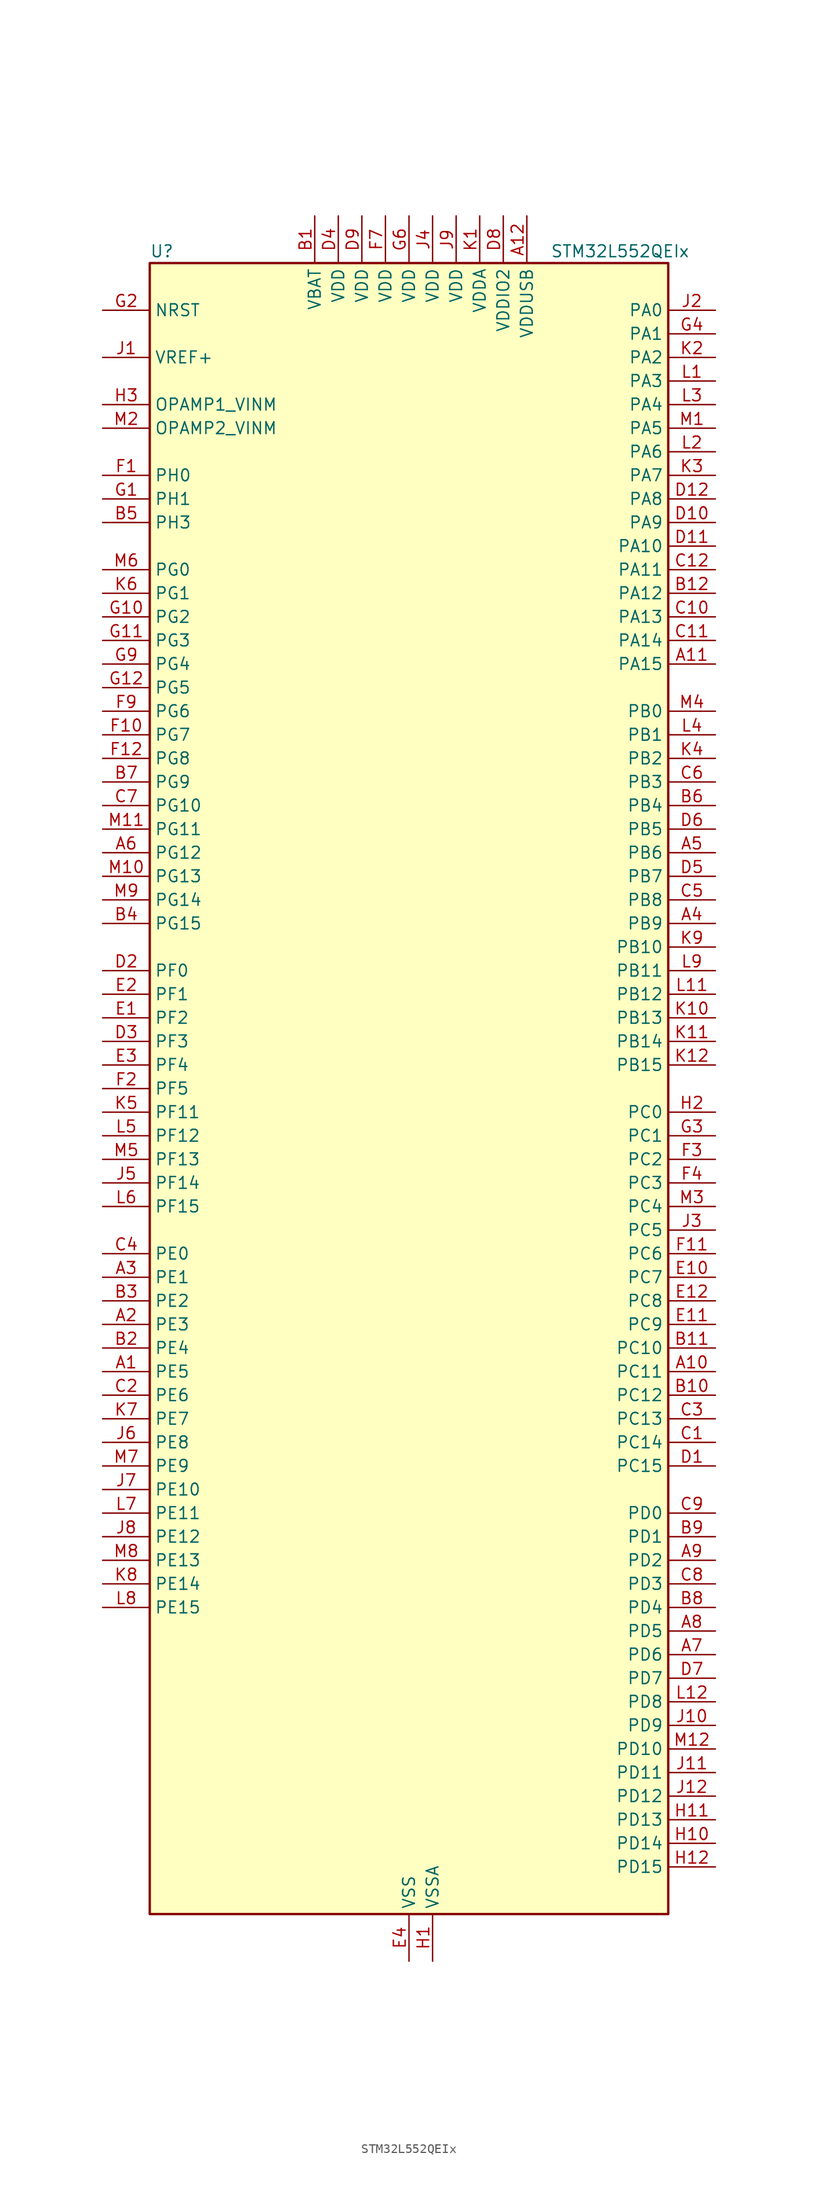
<source format=kicad_sym>
(kicad_symbol_lib
  (version 20241209)
  (generator "kicad_symbol_editor")
  (generator_version "9.0")
  (symbol "STM32L552QEIx"
    (property "Reference" "U"
      (at -27.94 90.17 0)
      (effects (font (size 1.27 1.27)) (justify left)))
    (property "Value" "STM32L552QEIx"
      (at 15.24 90.17 0)
      (effects (font (size 1.27 1.27)) (justify left)))
    (symbol "STM32L552QEIx_0_1"
      (rectangle (start -27.94 -88.9) (end 27.94 88.9) (stroke (width 0.254) (type default)) (fill (type background))))
    (symbol "STM32L552QEIx_1_1"
      (pin input line (at -33.02 83.82 0) (length 5.08) (name "NRST" (effects (font (size 1.27 1.27)))) (number "G2" (effects (font (size 1.27 1.27)))))
      (pin input line (at -33.02 78.74 0) (length 5.08) (name "VREF+" (effects (font (size 1.27 1.27)))) (number "J1" (effects (font (size 1.27 1.27)))) (alternate "VREFBUF_OUT" bidirectional line))
      (pin bidirectional line (at -33.02 73.66 0) (length 5.08) (name "OPAMP1_VINM" (effects (font (size 1.27 1.27)))) (number "H3" (effects (font (size 1.27 1.27)))) (alternate "OPAMP1_VINM" bidirectional line))
      (pin bidirectional line (at -33.02 71.12 0) (length 5.08) (name "OPAMP2_VINM" (effects (font (size 1.27 1.27)))) (number "M2" (effects (font (size 1.27 1.27)))) (alternate "OPAMP2_VINM" bidirectional line))
      (pin bidirectional line (at -33.02 66.04 0) (length 5.08) (name "PH0" (effects (font (size 1.27 1.27)))) (number "F1" (effects (font (size 1.27 1.27)))) (alternate "RCC_OSC_IN" bidirectional line))
      (pin bidirectional line (at -33.02 63.5 0) (length 5.08) (name "PH1" (effects (font (size 1.27 1.27)))) (number "G1" (effects (font (size 1.27 1.27)))) (alternate "RCC_OSC_OUT" bidirectional line))
      (pin bidirectional line (at -33.02 60.96 0) (length 5.08) (name "PH3" (effects (font (size 1.27 1.27)))) (number "B5" (effects (font (size 1.27 1.27)))))
      (pin bidirectional line (at -33.02 55.88 0) (length 5.08) (name "PG0" (effects (font (size 1.27 1.27)))) (number "M6" (effects (font (size 1.27 1.27)))) (alternate "FMC_A10" bidirectional line) (alternate "TSC_G8_IO3" bidirectional line))
      (pin bidirectional line (at -33.02 53.34 0) (length 5.08) (name "PG1" (effects (font (size 1.27 1.27)))) (number "K6" (effects (font (size 1.27 1.27)))) (alternate "FMC_A11" bidirectional line) (alternate "TSC_G8_IO4" bidirectional line))
      (pin bidirectional line (at -33.02 50.8 0) (length 5.08) (name "PG2" (effects (font (size 1.27 1.27)))) (number "G10" (effects (font (size 1.27 1.27)))) (alternate "FMC_A12" bidirectional line) (alternate "SAI2_SCK_B" bidirectional line) (alternate "SPI1_SCK" bidirectional line))
      (pin bidirectional line (at -33.02 48.26 0) (length 5.08) (name "PG3" (effects (font (size 1.27 1.27)))) (number "G11" (effects (font (size 1.27 1.27)))) (alternate "FMC_A13" bidirectional line) (alternate "SAI2_FS_B" bidirectional line) (alternate "SPI1_MISO" bidirectional line))
      (pin bidirectional line (at -33.02 45.72 0) (length 5.08) (name "PG4" (effects (font (size 1.27 1.27)))) (number "G9" (effects (font (size 1.27 1.27)))) (alternate "FMC_A14" bidirectional line) (alternate "SAI2_MCLK_B" bidirectional line) (alternate "SPI1_MOSI" bidirectional line))
      (pin bidirectional line (at -33.02 43.18 0) (length 5.08) (name "PG5" (effects (font (size 1.27 1.27)))) (number "G12" (effects (font (size 1.27 1.27)))) (alternate "FMC_A15" bidirectional line) (alternate "LPUART1_CTS" bidirectional line) (alternate "SAI2_SD_B" bidirectional line) (alternate "SPI1_NSS" bidirectional line))
      (pin bidirectional line (at -33.02 40.64 0) (length 5.08) (name "PG6" (effects (font (size 1.27 1.27)))) (number "F9" (effects (font (size 1.27 1.27)))) (alternate "I2C3_SMBA" bidirectional line) (alternate "LPUART1_DE" bidirectional line) (alternate "LPUART1_RTS" bidirectional line) (alternate "OCTOSPI1_DQS" bidirectional line) (alternate "UCPD1_FRSTX1" bidirectional line))
      (pin bidirectional line (at -33.02 38.1 0) (length 5.08) (name "PG7" (effects (font (size 1.27 1.27)))) (number "F10" (effects (font (size 1.27 1.27)))) (alternate "DFSDM1_CKOUT" bidirectional line) (alternate "FMC_INT" bidirectional line) (alternate "I2C3_SCL" bidirectional line) (alternate "LPUART1_TX" bidirectional line) (alternate "SAI1_CK1" bidirectional line) (alternate "SAI1_MCLK_A" bidirectional line) (alternate "UCPD1_FRSTX2" bidirectional line))
      (pin bidirectional line (at -33.02 35.56 0) (length 5.08) (name "PG8" (effects (font (size 1.27 1.27)))) (number "F12" (effects (font (size 1.27 1.27)))) (alternate "I2C3_SDA" bidirectional line) (alternate "LPUART1_RX" bidirectional line))
      (pin bidirectional line (at -33.02 33.02 0) (length 5.08) (name "PG9" (effects (font (size 1.27 1.27)))) (number "B7" (effects (font (size 1.27 1.27)))) (alternate "DAC1_EXTI9" bidirectional line) (alternate "FMC_NCE" bidirectional line) (alternate "FMC_NE2" bidirectional line) (alternate "SAI2_SCK_A" bidirectional line) (alternate "SPI3_SCK" bidirectional line) (alternate "TIM15_CH1N" bidirectional line) (alternate "USART1_TX" bidirectional line))
      (pin bidirectional line (at -33.02 30.48 0) (length 5.08) (name "PG10" (effects (font (size 1.27 1.27)))) (number "C7" (effects (font (size 1.27 1.27)))) (alternate "FMC_NE3" bidirectional line) (alternate "LPTIM1_IN1" bidirectional line) (alternate "SAI2_FS_A" bidirectional line) (alternate "SPI3_MISO" bidirectional line) (alternate "TIM15_CH1" bidirectional line) (alternate "USART1_RX" bidirectional line))
      (pin bidirectional line (at -33.02 27.94 0) (length 5.08) (name "PG11" (effects (font (size 1.27 1.27)))) (number "M11" (effects (font (size 1.27 1.27)))) (alternate "ADC1_EXTI11" bidirectional line) (alternate "ADC2_EXTI11" bidirectional line) (alternate "LPTIM1_IN2" bidirectional line) (alternate "OCTOSPI1_IO5" bidirectional line) (alternate "SAI2_MCLK_A" bidirectional line) (alternate "SPI3_MOSI" bidirectional line) (alternate "TIM15_CH2" bidirectional line) (alternate "USART1_CTS" bidirectional line) (alternate "USART1_NSS" bidirectional line))
      (pin bidirectional line (at -33.02 25.4 0) (length 5.08) (name "PG12" (effects (font (size 1.27 1.27)))) (number "A6" (effects (font (size 1.27 1.27)))) (alternate "FMC_NE4" bidirectional line) (alternate "LPTIM1_ETR" bidirectional line) (alternate "SAI2_SD_A" bidirectional line) (alternate "SPI3_NSS" bidirectional line) (alternate "USART1_DE" bidirectional line) (alternate "USART1_RTS" bidirectional line))
      (pin bidirectional line (at -33.02 22.86 0) (length 5.08) (name "PG13" (effects (font (size 1.27 1.27)))) (number "M10" (effects (font (size 1.27 1.27)))) (alternate "FMC_A24" bidirectional line) (alternate "I2C1_SDA" bidirectional line) (alternate "USART1_CK" bidirectional line))
      (pin bidirectional line (at -33.02 20.32 0) (length 5.08) (name "PG14" (effects (font (size 1.27 1.27)))) (number "M9" (effects (font (size 1.27 1.27)))) (alternate "FMC_A25" bidirectional line) (alternate "I2C1_SCL" bidirectional line))
      (pin bidirectional line (at -33.02 17.78 0) (length 5.08) (name "PG15" (effects (font (size 1.27 1.27)))) (number "B4" (effects (font (size 1.27 1.27)))) (alternate "ADC1_EXTI15" bidirectional line) (alternate "ADC2_EXTI15" bidirectional line) (alternate "I2C1_SMBA" bidirectional line) (alternate "LPTIM1_OUT" bidirectional line))
      (pin bidirectional line (at -33.02 12.7 0) (length 5.08) (name "PF0" (effects (font (size 1.27 1.27)))) (number "D2" (effects (font (size 1.27 1.27)))) (alternate "FMC_A0" bidirectional line) (alternate "I2C2_SDA" bidirectional line))
      (pin bidirectional line (at -33.02 10.16 0) (length 5.08) (name "PF1" (effects (font (size 1.27 1.27)))) (number "E2" (effects (font (size 1.27 1.27)))) (alternate "FMC_A1" bidirectional line) (alternate "I2C2_SCL" bidirectional line))
      (pin bidirectional line (at -33.02 7.62 0) (length 5.08) (name "PF2" (effects (font (size 1.27 1.27)))) (number "E1" (effects (font (size 1.27 1.27)))) (alternate "FMC_A2" bidirectional line) (alternate "I2C2_SMBA" bidirectional line))
      (pin bidirectional line (at -33.02 5.08 0) (length 5.08) (name "PF3" (effects (font (size 1.27 1.27)))) (number "D3" (effects (font (size 1.27 1.27)))) (alternate "FMC_A3" bidirectional line) (alternate "LPTIM3_IN1" bidirectional line))
      (pin bidirectional line (at -33.02 2.54 0) (length 5.08) (name "PF4" (effects (font (size 1.27 1.27)))) (number "E3" (effects (font (size 1.27 1.27)))) (alternate "FMC_A4" bidirectional line) (alternate "LPTIM3_ETR" bidirectional line))
      (pin bidirectional line (at -33.02 0 0) (length 5.08) (name "PF5" (effects (font (size 1.27 1.27)))) (number "F2" (effects (font (size 1.27 1.27)))) (alternate "FMC_A5" bidirectional line) (alternate "LPTIM3_OUT" bidirectional line))
      (pin bidirectional line (at -33.02 -2.54 0) (length 5.08) (name "PF11" (effects (font (size 1.27 1.27)))) (number "K5" (effects (font (size 1.27 1.27)))) (alternate "ADC1_EXTI11" bidirectional line) (alternate "ADC2_EXTI11" bidirectional line) (alternate "OCTOSPI1_NCLK" bidirectional line))
      (pin bidirectional line (at -33.02 -5.08 0) (length 5.08) (name "PF12" (effects (font (size 1.27 1.27)))) (number "L5" (effects (font (size 1.27 1.27)))) (alternate "FMC_A6" bidirectional line))
      (pin bidirectional line (at -33.02 -7.62 0) (length 5.08) (name "PF13" (effects (font (size 1.27 1.27)))) (number "M5" (effects (font (size 1.27 1.27)))) (alternate "FMC_A7" bidirectional line) (alternate "I2C4_SMBA" bidirectional line))
      (pin bidirectional line (at -33.02 -10.16 0) (length 5.08) (name "PF14" (effects (font (size 1.27 1.27)))) (number "J5" (effects (font (size 1.27 1.27)))) (alternate "FMC_A8" bidirectional line) (alternate "I2C4_SCL" bidirectional line) (alternate "TSC_G8_IO1" bidirectional line))
      (pin bidirectional line (at -33.02 -12.7 0) (length 5.08) (name "PF15" (effects (font (size 1.27 1.27)))) (number "L6" (effects (font (size 1.27 1.27)))) (alternate "ADC1_EXTI15" bidirectional line) (alternate "ADC2_EXTI15" bidirectional line) (alternate "FMC_A9" bidirectional line) (alternate "I2C4_SDA" bidirectional line) (alternate "TSC_G8_IO2" bidirectional line))
      (pin bidirectional line (at -33.02 -17.78 0) (length 5.08) (name "PE0" (effects (font (size 1.27 1.27)))) (number "C4" (effects (font (size 1.27 1.27)))) (alternate "FMC_NBL0" bidirectional line) (alternate "TIM16_CH1" bidirectional line) (alternate "TIM4_ETR" bidirectional line))
      (pin bidirectional line (at -33.02 -20.32 0) (length 5.08) (name "PE1" (effects (font (size 1.27 1.27)))) (number "A3" (effects (font (size 1.27 1.27)))) (alternate "FMC_NBL1" bidirectional line) (alternate "TIM17_CH1" bidirectional line))
      (pin bidirectional line (at -33.02 -22.86 0) (length 5.08) (name "PE2" (effects (font (size 1.27 1.27)))) (number "B3" (effects (font (size 1.27 1.27)))) (alternate "DEBUG_TRACECLK" bidirectional line) (alternate "FMC_A23" bidirectional line) (alternate "SAI1_CK1" bidirectional line) (alternate "SAI1_MCLK_A" bidirectional line) (alternate "TIM3_ETR" bidirectional line) (alternate "TSC_G7_IO1" bidirectional line))
      (pin bidirectional line (at -33.02 -25.4 0) (length 5.08) (name "PE3" (effects (font (size 1.27 1.27)))) (number "A2" (effects (font (size 1.27 1.27)))) (alternate "DEBUG_TRACED0" bidirectional line) (alternate "FMC_A19" bidirectional line) (alternate "OCTOSPI1_DQS" bidirectional line) (alternate "SAI1_SD_B" bidirectional line) (alternate "TIM3_CH1" bidirectional line) (alternate "TSC_G7_IO2" bidirectional line))
      (pin bidirectional line (at -33.02 -27.94 0) (length 5.08) (name "PE4" (effects (font (size 1.27 1.27)))) (number "B2" (effects (font (size 1.27 1.27)))) (alternate "DEBUG_TRACED1" bidirectional line) (alternate "DFSDM1_DATIN3" bidirectional line) (alternate "FMC_A20" bidirectional line) (alternate "SAI1_D2" bidirectional line) (alternate "SAI1_FS_A" bidirectional line) (alternate "TIM3_CH2" bidirectional line) (alternate "TSC_G7_IO3" bidirectional line))
      (pin bidirectional line (at -33.02 -30.48 0) (length 5.08) (name "PE5" (effects (font (size 1.27 1.27)))) (number "A1" (effects (font (size 1.27 1.27)))) (alternate "DEBUG_TRACED2" bidirectional line) (alternate "DFSDM1_CKIN3" bidirectional line) (alternate "FMC_A21" bidirectional line) (alternate "SAI1_CK2" bidirectional line) (alternate "SAI1_SCK_A" bidirectional line) (alternate "TIM3_CH3" bidirectional line) (alternate "TSC_G7_IO4" bidirectional line))
      (pin bidirectional line (at -33.02 -33.02 0) (length 5.08) (name "PE6" (effects (font (size 1.27 1.27)))) (number "C2" (effects (font (size 1.27 1.27)))) (alternate "DEBUG_TRACED3" bidirectional line) (alternate "FMC_A22" bidirectional line) (alternate "PWR_WKUP3" bidirectional line) (alternate "SAI1_D1" bidirectional line) (alternate "SAI1_SD_A" bidirectional line) (alternate "TAMP_IN3" bidirectional line) (alternate "TAMP_OUT6" bidirectional line) (alternate "TIM3_CH4" bidirectional line))
      (pin bidirectional line (at -33.02 -35.56 0) (length 5.08) (name "PE7" (effects (font (size 1.27 1.27)))) (number "K7" (effects (font (size 1.27 1.27)))) (alternate "DFSDM1_DATIN2" bidirectional line) (alternate "FMC_D4" bidirectional line) (alternate "FMC_DA4" bidirectional line) (alternate "SAI1_SD_B" bidirectional line) (alternate "TIM1_ETR" bidirectional line))
      (pin bidirectional line (at -33.02 -38.1 0) (length 5.08) (name "PE8" (effects (font (size 1.27 1.27)))) (number "J6" (effects (font (size 1.27 1.27)))) (alternate "DFSDM1_CKIN2" bidirectional line) (alternate "FMC_D5" bidirectional line) (alternate "FMC_DA5" bidirectional line) (alternate "SAI1_SCK_B" bidirectional line) (alternate "TIM1_CH1N" bidirectional line))
      (pin bidirectional line (at -33.02 -40.64 0) (length 5.08) (name "PE9" (effects (font (size 1.27 1.27)))) (number "M7" (effects (font (size 1.27 1.27)))) (alternate "DAC1_EXTI9" bidirectional line) (alternate "DFSDM1_CKOUT" bidirectional line) (alternate "FMC_D6" bidirectional line) (alternate "FMC_DA6" bidirectional line) (alternate "OCTOSPI1_NCLK" bidirectional line) (alternate "SAI1_FS_B" bidirectional line) (alternate "TIM1_CH1" bidirectional line))
      (pin bidirectional line (at -33.02 -43.18 0) (length 5.08) (name "PE10" (effects (font (size 1.27 1.27)))) (number "J7" (effects (font (size 1.27 1.27)))) (alternate "FMC_D7" bidirectional line) (alternate "FMC_DA7" bidirectional line) (alternate "OCTOSPI1_CLK" bidirectional line) (alternate "SAI1_MCLK_B" bidirectional line) (alternate "TIM1_CH2N" bidirectional line) (alternate "TSC_G5_IO1" bidirectional line))
      (pin bidirectional line (at -33.02 -45.72 0) (length 5.08) (name "PE11" (effects (font (size 1.27 1.27)))) (number "L7" (effects (font (size 1.27 1.27)))) (alternate "ADC1_EXTI11" bidirectional line) (alternate "ADC2_EXTI11" bidirectional line) (alternate "FMC_D8" bidirectional line) (alternate "FMC_DA8" bidirectional line) (alternate "OCTOSPI1_NCS" bidirectional line) (alternate "TIM1_CH2" bidirectional line) (alternate "TSC_G5_IO2" bidirectional line))
      (pin bidirectional line (at -33.02 -48.26 0) (length 5.08) (name "PE12" (effects (font (size 1.27 1.27)))) (number "J8" (effects (font (size 1.27 1.27)))) (alternate "FMC_D9" bidirectional line) (alternate "FMC_DA9" bidirectional line) (alternate "OCTOSPI1_IO0" bidirectional line) (alternate "SPI1_NSS" bidirectional line) (alternate "TIM1_CH3N" bidirectional line) (alternate "TSC_G5_IO3" bidirectional line))
      (pin bidirectional line (at -33.02 -50.8 0) (length 5.08) (name "PE13" (effects (font (size 1.27 1.27)))) (number "M8" (effects (font (size 1.27 1.27)))) (alternate "FMC_D10" bidirectional line) (alternate "FMC_DA10" bidirectional line) (alternate "OCTOSPI1_IO1" bidirectional line) (alternate "SPI1_SCK" bidirectional line) (alternate "TIM1_CH3" bidirectional line) (alternate "TSC_G5_IO4" bidirectional line))
      (pin bidirectional line (at -33.02 -53.34 0) (length 5.08) (name "PE14" (effects (font (size 1.27 1.27)))) (number "K8" (effects (font (size 1.27 1.27)))) (alternate "FMC_D11" bidirectional line) (alternate "FMC_DA11" bidirectional line) (alternate "OCTOSPI1_IO2" bidirectional line) (alternate "SPI1_MISO" bidirectional line) (alternate "TIM1_BKIN2" bidirectional line) (alternate "TIM1_CH4" bidirectional line))
      (pin bidirectional line (at -33.02 -55.88 0) (length 5.08) (name "PE15" (effects (font (size 1.27 1.27)))) (number "L8" (effects (font (size 1.27 1.27)))) (alternate "ADC1_EXTI15" bidirectional line) (alternate "ADC2_EXTI15" bidirectional line) (alternate "FMC_D12" bidirectional line) (alternate "FMC_DA12" bidirectional line) (alternate "OCTOSPI1_IO3" bidirectional line) (alternate "SPI1_MOSI" bidirectional line) (alternate "TIM1_BKIN" bidirectional line))
      (pin power_in line (at -10.16 93.98 270) (length 5.08) (name "VBAT" (effects (font (size 1.27 1.27)))) (number "B1" (effects (font (size 1.27 1.27)))))
      (pin power_in line (at -7.62 93.98 270) (length 5.08) (name "VDD" (effects (font (size 1.27 1.27)))) (number "D4" (effects (font (size 1.27 1.27)))))
      (pin power_in line (at -5.08 93.98 270) (length 5.08) (name "VDD" (effects (font (size 1.27 1.27)))) (number "D9" (effects (font (size 1.27 1.27)))))
      (pin power_in line (at -2.54 93.98 270) (length 5.08) (name "VDD" (effects (font (size 1.27 1.27)))) (number "F7" (effects (font (size 1.27 1.27)))))
      (pin power_in line (at 0 93.98 270) (length 5.08) (name "VDD" (effects (font (size 1.27 1.27)))) (number "G6" (effects (font (size 1.27 1.27)))))
      (pin power_in line (at 0 -93.98 90) (length 5.08) (name "VSS" (effects (font (size 1.27 1.27)))) (number "E4" (effects (font (size 1.27 1.27)))))
      (pin passive line (at 0 -93.98 90) (length 5.08) (hide yes) (name "VSS" (effects (font (size 1.27 1.27)))) (number "E9" (effects (font (size 1.27 1.27)))))
      (pin passive line (at 0 -93.98 90) (length 5.08) (hide yes) (name "VSS" (effects (font (size 1.27 1.27)))) (number "F6" (effects (font (size 1.27 1.27)))))
      (pin passive line (at 0 -93.98 90) (length 5.08) (hide yes) (name "VSS" (effects (font (size 1.27 1.27)))) (number "G7" (effects (font (size 1.27 1.27)))))
      (pin passive line (at 0 -93.98 90) (length 5.08) (hide yes) (name "VSS" (effects (font (size 1.27 1.27)))) (number "H4" (effects (font (size 1.27 1.27)))))
      (pin passive line (at 0 -93.98 90) (length 5.08) (hide yes) (name "VSS" (effects (font (size 1.27 1.27)))) (number "H9" (effects (font (size 1.27 1.27)))))
      (pin passive line (at 0 -93.98 90) (length 5.08) (hide yes) (name "VSS" (effects (font (size 1.27 1.27)))) (number "L10" (effects (font (size 1.27 1.27)))))
      (pin power_in line (at 2.54 93.98 270) (length 5.08) (name "VDD" (effects (font (size 1.27 1.27)))) (number "J4" (effects (font (size 1.27 1.27)))))
      (pin power_in line (at 2.54 -93.98 90) (length 5.08) (name "VSSA" (effects (font (size 1.27 1.27)))) (number "H1" (effects (font (size 1.27 1.27)))))
      (pin power_in line (at 5.08 93.98 270) (length 5.08) (name "VDD" (effects (font (size 1.27 1.27)))) (number "J9" (effects (font (size 1.27 1.27)))))
      (pin power_in line (at 7.62 93.98 270) (length 5.08) (name "VDDA" (effects (font (size 1.27 1.27)))) (number "K1" (effects (font (size 1.27 1.27)))))
      (pin power_in line (at 10.16 93.98 270) (length 5.08) (name "VDDIO2" (effects (font (size 1.27 1.27)))) (number "D8" (effects (font (size 1.27 1.27)))))
      (pin power_in line (at 12.7 93.98 270) (length 5.08) (name "VDDUSB" (effects (font (size 1.27 1.27)))) (number "A12" (effects (font (size 1.27 1.27)))))
      (pin bidirectional line (at 33.02 83.82 180) (length 5.08) (name "PA0" (effects (font (size 1.27 1.27)))) (number "J2" (effects (font (size 1.27 1.27)))) (alternate "ADC1_IN5" bidirectional line) (alternate "ADC2_IN5" bidirectional line) (alternate "OPAMP1_VINP" bidirectional line) (alternate "PWR_WKUP1" bidirectional line) (alternate "SAI1_EXTCLK" bidirectional line) (alternate "TAMP_IN2" bidirectional line) (alternate "TAMP_OUT1" bidirectional line) (alternate "TIM2_CH1" bidirectional line) (alternate "TIM2_ETR" bidirectional line) (alternate "TIM5_CH1" bidirectional line) (alternate "TIM8_ETR" bidirectional line) (alternate "UART4_TX" bidirectional line) (alternate "USART2_CTS" bidirectional line) (alternate "USART2_NSS" bidirectional line))
      (pin bidirectional line (at 33.02 81.28 180) (length 5.08) (name "PA1" (effects (font (size 1.27 1.27)))) (number "G4" (effects (font (size 1.27 1.27)))) (alternate "ADC1_IN6" bidirectional line) (alternate "ADC2_IN6" bidirectional line) (alternate "I2C1_SMBA" bidirectional line) (alternate "OCTOSPI1_DQS" bidirectional line) (alternate "OPAMP1_VINM" bidirectional line) (alternate "SPI1_SCK" bidirectional line) (alternate "TAMP_IN5" bidirectional line) (alternate "TAMP_OUT4" bidirectional line) (alternate "TIM15_CH1N" bidirectional line) (alternate "TIM2_CH2" bidirectional line) (alternate "TIM5_CH2" bidirectional line) (alternate "UART4_RX" bidirectional line) (alternate "USART2_DE" bidirectional line) (alternate "USART2_RTS" bidirectional line))
      (pin bidirectional line (at 33.02 78.74 180) (length 5.08) (name "PA2" (effects (font (size 1.27 1.27)))) (number "K2" (effects (font (size 1.27 1.27)))) (alternate "ADC1_IN7" bidirectional line) (alternate "ADC2_IN7" bidirectional line) (alternate "COMP1_INP" bidirectional line) (alternate "LPUART1_TX" bidirectional line) (alternate "OCTOSPI1_NCS" bidirectional line) (alternate "PWR_WKUP4" bidirectional line) (alternate "RCC_LSCO" bidirectional line) (alternate "SAI2_EXTCLK" bidirectional line) (alternate "TIM15_CH1" bidirectional line) (alternate "TIM2_CH3" bidirectional line) (alternate "TIM5_CH3" bidirectional line) (alternate "UCPD1_FRSTX1" bidirectional line) (alternate "USART2_TX" bidirectional line))
      (pin bidirectional line (at 33.02 76.2 180) (length 5.08) (name "PA3" (effects (font (size 1.27 1.27)))) (number "L1" (effects (font (size 1.27 1.27)))) (alternate "ADC1_IN8" bidirectional line) (alternate "ADC2_IN8" bidirectional line) (alternate "LPUART1_RX" bidirectional line) (alternate "OCTOSPI1_CLK" bidirectional line) (alternate "OPAMP1_VOUT" bidirectional line) (alternate "SAI1_CK1" bidirectional line) (alternate "SAI1_MCLK_A" bidirectional line) (alternate "TIM15_CH2" bidirectional line) (alternate "TIM2_CH4" bidirectional line) (alternate "TIM5_CH4" bidirectional line) (alternate "USART2_RX" bidirectional line))
      (pin bidirectional line (at 33.02 73.66 180) (length 5.08) (name "PA4" (effects (font (size 1.27 1.27)))) (number "L3" (effects (font (size 1.27 1.27)))) (alternate "ADC1_IN9" bidirectional line) (alternate "ADC2_IN9" bidirectional line) (alternate "DAC1_OUT1" bidirectional line) (alternate "LPTIM2_OUT" bidirectional line) (alternate "OCTOSPI1_NCS" bidirectional line) (alternate "SAI1_FS_B" bidirectional line) (alternate "SPI1_NSS" bidirectional line) (alternate "SPI3_NSS" bidirectional line) (alternate "USART2_CK" bidirectional line))
      (pin bidirectional line (at 33.02 71.12 180) (length 5.08) (name "PA5" (effects (font (size 1.27 1.27)))) (number "M1" (effects (font (size 1.27 1.27)))) (alternate "ADC1_IN10" bidirectional line) (alternate "ADC2_IN10" bidirectional line) (alternate "DAC1_OUT2" bidirectional line) (alternate "LPTIM2_ETR" bidirectional line) (alternate "SPI1_SCK" bidirectional line) (alternate "TIM2_CH1" bidirectional line) (alternate "TIM2_ETR" bidirectional line) (alternate "TIM8_CH1N" bidirectional line))
      (pin bidirectional line (at 33.02 68.58 180) (length 5.08) (name "PA6" (effects (font (size 1.27 1.27)))) (number "L2" (effects (font (size 1.27 1.27)))) (alternate "ADC1_IN11" bidirectional line) (alternate "ADC2_IN11" bidirectional line) (alternate "LPUART1_CTS" bidirectional line) (alternate "OCTOSPI1_IO3" bidirectional line) (alternate "OPAMP2_VINP" bidirectional line) (alternate "SPI1_MISO" bidirectional line) (alternate "TIM16_CH1" bidirectional line) (alternate "TIM1_BKIN" bidirectional line) (alternate "TIM3_CH1" bidirectional line) (alternate "TIM8_BKIN" bidirectional line) (alternate "USART3_CTS" bidirectional line) (alternate "USART3_NSS" bidirectional line))
      (pin bidirectional line (at 33.02 66.04 180) (length 5.08) (name "PA7" (effects (font (size 1.27 1.27)))) (number "K3" (effects (font (size 1.27 1.27)))) (alternate "ADC1_IN12" bidirectional line) (alternate "ADC2_IN12" bidirectional line) (alternate "I2C3_SCL" bidirectional line) (alternate "OCTOSPI1_IO2" bidirectional line) (alternate "OPAMP2_VINM" bidirectional line) (alternate "SPI1_MOSI" bidirectional line) (alternate "TIM17_CH1" bidirectional line) (alternate "TIM1_CH1N" bidirectional line) (alternate "TIM3_CH2" bidirectional line) (alternate "TIM8_CH1N" bidirectional line))
      (pin bidirectional line (at 33.02 63.5 180) (length 5.08) (name "PA8" (effects (font (size 1.27 1.27)))) (number "D12" (effects (font (size 1.27 1.27)))) (alternate "LPTIM2_OUT" bidirectional line) (alternate "RCC_MCO" bidirectional line) (alternate "SAI1_CK2" bidirectional line) (alternate "SAI1_SCK_A" bidirectional line) (alternate "TIM1_CH1" bidirectional line) (alternate "USART1_CK" bidirectional line))
      (pin bidirectional line (at 33.02 60.96 180) (length 5.08) (name "PA9" (effects (font (size 1.27 1.27)))) (number "D10" (effects (font (size 1.27 1.27)))) (alternate "DAC1_EXTI9" bidirectional line) (alternate "SAI1_FS_A" bidirectional line) (alternate "SPI2_SCK" bidirectional line) (alternate "TIM15_BKIN" bidirectional line) (alternate "TIM1_CH2" bidirectional line) (alternate "USART1_TX" bidirectional line))
      (pin bidirectional line (at 33.02 58.42 180) (length 5.08) (name "PA10" (effects (font (size 1.27 1.27)))) (number "D11" (effects (font (size 1.27 1.27)))) (alternate "CRS_SYNC" bidirectional line) (alternate "SAI1_D1" bidirectional line) (alternate "SAI1_SD_A" bidirectional line) (alternate "TIM17_BKIN" bidirectional line) (alternate "TIM1_CH3" bidirectional line) (alternate "USART1_RX" bidirectional line))
      (pin bidirectional line (at 33.02 55.88 180) (length 5.08) (name "PA11" (effects (font (size 1.27 1.27)))) (number "C12" (effects (font (size 1.27 1.27)))) (alternate "ADC1_EXTI11" bidirectional line) (alternate "ADC2_EXTI11" bidirectional line) (alternate "FDCAN1_RX" bidirectional line) (alternate "SPI1_MISO" bidirectional line) (alternate "TIM1_BKIN2" bidirectional line) (alternate "TIM1_CH4" bidirectional line) (alternate "USART1_CTS" bidirectional line) (alternate "USART1_NSS" bidirectional line) (alternate "USB_DM" bidirectional line))
      (pin bidirectional line (at 33.02 53.34 180) (length 5.08) (name "PA12" (effects (font (size 1.27 1.27)))) (number "B12" (effects (font (size 1.27 1.27)))) (alternate "FDCAN1_TX" bidirectional line) (alternate "SPI1_MOSI" bidirectional line) (alternate "TIM1_ETR" bidirectional line) (alternate "USART1_DE" bidirectional line) (alternate "USART1_RTS" bidirectional line) (alternate "USB_DP" bidirectional line))
      (pin bidirectional line (at 33.02 50.8 180) (length 5.08) (name "PA13" (effects (font (size 1.27 1.27)))) (number "C10" (effects (font (size 1.27 1.27)))) (alternate "DEBUG_JTMS-SWDIO" bidirectional line) (alternate "IR_OUT" bidirectional line) (alternate "SAI1_SD_B" bidirectional line) (alternate "USB_NOE" bidirectional line))
      (pin bidirectional line (at 33.02 48.26 180) (length 5.08) (name "PA14" (effects (font (size 1.27 1.27)))) (number "C11" (effects (font (size 1.27 1.27)))) (alternate "DEBUG_JTCK-SWCLK" bidirectional line) (alternate "I2C1_SMBA" bidirectional line) (alternate "I2C4_SMBA" bidirectional line) (alternate "LPTIM1_OUT" bidirectional line) (alternate "SAI1_FS_B" bidirectional line))
      (pin bidirectional line (at 33.02 45.72 180) (length 5.08) (name "PA15" (effects (font (size 1.27 1.27)))) (number "A11" (effects (font (size 1.27 1.27)))) (alternate "ADC1_EXTI15" bidirectional line) (alternate "ADC2_EXTI15" bidirectional line) (alternate "DEBUG_JTDI" bidirectional line) (alternate "SAI2_FS_B" bidirectional line) (alternate "SPI1_NSS" bidirectional line) (alternate "SPI3_NSS" bidirectional line) (alternate "TIM2_CH1" bidirectional line) (alternate "TIM2_ETR" bidirectional line) (alternate "UART4_DE" bidirectional line) (alternate "UART4_RTS" bidirectional line) (alternate "UCPD1_CC1" bidirectional line) (alternate "USART2_RX" bidirectional line) (alternate "USART3_DE" bidirectional line) (alternate "USART3_RTS" bidirectional line))
      (pin bidirectional line (at 33.02 40.64 180) (length 5.08) (name "PB0" (effects (font (size 1.27 1.27)))) (number "M4" (effects (font (size 1.27 1.27)))) (alternate "ADC1_IN15" bidirectional line) (alternate "ADC2_IN15" bidirectional line) (alternate "COMP1_OUT" bidirectional line) (alternate "OCTOSPI1_IO1" bidirectional line) (alternate "OPAMP2_VOUT" bidirectional line) (alternate "SAI1_EXTCLK" bidirectional line) (alternate "SPI1_NSS" bidirectional line) (alternate "TIM1_CH2N" bidirectional line) (alternate "TIM3_CH3" bidirectional line) (alternate "TIM8_CH2N" bidirectional line) (alternate "USART3_CK" bidirectional line))
      (pin bidirectional line (at 33.02 38.1 180) (length 5.08) (name "PB1" (effects (font (size 1.27 1.27)))) (number "L4" (effects (font (size 1.27 1.27)))) (alternate "ADC1_IN16" bidirectional line) (alternate "ADC2_IN16" bidirectional line) (alternate "COMP1_INM" bidirectional line) (alternate "DFSDM1_DATIN0" bidirectional line) (alternate "LPTIM2_IN1" bidirectional line) (alternate "LPUART1_DE" bidirectional line) (alternate "LPUART1_RTS" bidirectional line) (alternate "OCTOSPI1_IO0" bidirectional line) (alternate "TIM1_CH3N" bidirectional line) (alternate "TIM3_CH4" bidirectional line) (alternate "TIM8_CH3N" bidirectional line) (alternate "USART3_DE" bidirectional line) (alternate "USART3_RTS" bidirectional line))
      (pin bidirectional line (at 33.02 35.56 180) (length 5.08) (name "PB2" (effects (font (size 1.27 1.27)))) (number "K4" (effects (font (size 1.27 1.27)))) (alternate "COMP1_INP" bidirectional line) (alternate "DFSDM1_CKIN0" bidirectional line) (alternate "I2C3_SMBA" bidirectional line) (alternate "LPTIM1_OUT" bidirectional line) (alternate "OCTOSPI1_DQS" bidirectional line) (alternate "RTC_OUT2" bidirectional line) (alternate "UCPD1_FRSTX1" bidirectional line))
      (pin bidirectional line (at 33.02 33.02 180) (length 5.08) (name "PB3" (effects (font (size 1.27 1.27)))) (number "C6" (effects (font (size 1.27 1.27)))) (alternate "COMP2_INM" bidirectional line) (alternate "CRS_SYNC" bidirectional line) (alternate "DEBUG_JTDO-SWO" bidirectional line) (alternate "SAI1_SCK_B" bidirectional line) (alternate "SPI1_SCK" bidirectional line) (alternate "SPI3_SCK" bidirectional line) (alternate "TIM2_CH2" bidirectional line) (alternate "USART1_DE" bidirectional line) (alternate "USART1_RTS" bidirectional line))
      (pin bidirectional line (at 33.02 30.48 180) (length 5.08) (name "PB4" (effects (font (size 1.27 1.27)))) (number "B6" (effects (font (size 1.27 1.27)))) (alternate "COMP2_INP" bidirectional line) (alternate "DEBUG_JTRST" bidirectional line) (alternate "I2C3_SDA" bidirectional line) (alternate "SAI1_MCLK_B" bidirectional line) (alternate "SPI1_MISO" bidirectional line) (alternate "SPI3_MISO" bidirectional line) (alternate "TIM17_BKIN" bidirectional line) (alternate "TIM3_CH1" bidirectional line) (alternate "TSC_G2_IO1" bidirectional line) (alternate "UART5_DE" bidirectional line) (alternate "UART5_RTS" bidirectional line) (alternate "USART1_CTS" bidirectional line) (alternate "USART1_NSS" bidirectional line))
      (pin bidirectional line (at 33.02 27.94 180) (length 5.08) (name "PB5" (effects (font (size 1.27 1.27)))) (number "D6" (effects (font (size 1.27 1.27)))) (alternate "COMP2_OUT" bidirectional line) (alternate "I2C1_SMBA" bidirectional line) (alternate "LPTIM1_IN1" bidirectional line) (alternate "OCTOSPI1_NCLK" bidirectional line) (alternate "SAI1_SD_B" bidirectional line) (alternate "SPI1_MOSI" bidirectional line) (alternate "SPI3_MOSI" bidirectional line) (alternate "TIM16_BKIN" bidirectional line) (alternate "TIM3_CH2" bidirectional line) (alternate "TSC_G2_IO2" bidirectional line) (alternate "UART5_CTS" bidirectional line) (alternate "UCPD1_DBCC1" bidirectional line) (alternate "USART1_CK" bidirectional line))
      (pin bidirectional line (at 33.02 25.4 180) (length 5.08) (name "PB6" (effects (font (size 1.27 1.27)))) (number "A5" (effects (font (size 1.27 1.27)))) (alternate "COMP2_INP" bidirectional line) (alternate "I2C1_SCL" bidirectional line) (alternate "I2C4_SCL" bidirectional line) (alternate "LPTIM1_ETR" bidirectional line) (alternate "SAI1_FS_B" bidirectional line) (alternate "TIM16_CH1N" bidirectional line) (alternate "TIM4_CH1" bidirectional line) (alternate "TIM8_BKIN2" bidirectional line) (alternate "TSC_G2_IO3" bidirectional line) (alternate "USART1_TX" bidirectional line))
      (pin bidirectional line (at 33.02 22.86 180) (length 5.08) (name "PB7" (effects (font (size 1.27 1.27)))) (number "D5" (effects (font (size 1.27 1.27)))) (alternate "COMP2_INM" bidirectional line) (alternate "FMC_NL" bidirectional line) (alternate "I2C1_SDA" bidirectional line) (alternate "I2C4_SDA" bidirectional line) (alternate "LPTIM1_IN2" bidirectional line) (alternate "PWR_PVD_IN" bidirectional line) (alternate "TIM17_CH1N" bidirectional line) (alternate "TIM4_CH2" bidirectional line) (alternate "TIM8_BKIN" bidirectional line) (alternate "TSC_G2_IO4" bidirectional line) (alternate "UART4_CTS" bidirectional line) (alternate "USART1_RX" bidirectional line))
      (pin bidirectional line (at 33.02 20.32 180) (length 5.08) (name "PB8" (effects (font (size 1.27 1.27)))) (number "C5" (effects (font (size 1.27 1.27)))) (alternate "DFSDM1_CKOUT" bidirectional line) (alternate "FDCAN1_RX" bidirectional line) (alternate "I2C1_SCL" bidirectional line) (alternate "SAI1_CK1" bidirectional line) (alternate "SAI1_MCLK_A" bidirectional line) (alternate "SDMMC1_CKIN" bidirectional line) (alternate "SDMMC1_D4" bidirectional line) (alternate "TIM16_CH1" bidirectional line) (alternate "TIM4_CH3" bidirectional line))
      (pin bidirectional line (at 33.02 17.78 180) (length 5.08) (name "PB9" (effects (font (size 1.27 1.27)))) (number "A4" (effects (font (size 1.27 1.27)))) (alternate "DAC1_EXTI9" bidirectional line) (alternate "FDCAN1_TX" bidirectional line) (alternate "I2C1_SDA" bidirectional line) (alternate "IR_OUT" bidirectional line) (alternate "SAI1_D2" bidirectional line) (alternate "SAI1_FS_A" bidirectional line) (alternate "SDMMC1_CDIR" bidirectional line) (alternate "SDMMC1_D5" bidirectional line) (alternate "SPI2_NSS" bidirectional line) (alternate "TIM17_CH1" bidirectional line) (alternate "TIM4_CH4" bidirectional line))
      (pin bidirectional line (at 33.02 15.24 180) (length 5.08) (name "PB10" (effects (font (size 1.27 1.27)))) (number "K9" (effects (font (size 1.27 1.27)))) (alternate "COMP1_OUT" bidirectional line) (alternate "I2C2_SCL" bidirectional line) (alternate "I2C4_SCL" bidirectional line) (alternate "LPTIM3_OUT" bidirectional line) (alternate "LPUART1_RX" bidirectional line) (alternate "OCTOSPI1_CLK" bidirectional line) (alternate "SAI1_SCK_A" bidirectional line) (alternate "SPI2_SCK" bidirectional line) (alternate "TIM2_CH3" bidirectional line) (alternate "TSC_SYNC" bidirectional line) (alternate "USART3_TX" bidirectional line))
      (pin bidirectional line (at 33.02 12.7 180) (length 5.08) (name "PB11" (effects (font (size 1.27 1.27)))) (number "L9" (effects (font (size 1.27 1.27)))) (alternate "ADC1_EXTI11" bidirectional line) (alternate "ADC2_EXTI11" bidirectional line) (alternate "COMP2_OUT" bidirectional line) (alternate "I2C2_SDA" bidirectional line) (alternate "I2C4_SDA" bidirectional line) (alternate "LPUART1_TX" bidirectional line) (alternate "OCTOSPI1_NCS" bidirectional line) (alternate "TIM2_CH4" bidirectional line) (alternate "USART3_RX" bidirectional line))
      (pin bidirectional line (at 33.02 10.16 180) (length 5.08) (name "PB12" (effects (font (size 1.27 1.27)))) (number "L11" (effects (font (size 1.27 1.27)))) (alternate "DFSDM1_DATIN1" bidirectional line) (alternate "I2C2_SMBA" bidirectional line) (alternate "LPUART1_DE" bidirectional line) (alternate "LPUART1_RTS" bidirectional line) (alternate "OCTOSPI1_NCLK" bidirectional line) (alternate "SAI2_FS_A" bidirectional line) (alternate "SPI2_NSS" bidirectional line) (alternate "TIM15_BKIN" bidirectional line) (alternate "TIM1_BKIN" bidirectional line) (alternate "TSC_G1_IO1" bidirectional line) (alternate "USART3_CK" bidirectional line))
      (pin bidirectional line (at 33.02 7.62 180) (length 5.08) (name "PB13" (effects (font (size 1.27 1.27)))) (number "K10" (effects (font (size 1.27 1.27)))) (alternate "DFSDM1_CKIN1" bidirectional line) (alternate "I2C2_SCL" bidirectional line) (alternate "LPTIM3_IN1" bidirectional line) (alternate "LPUART1_CTS" bidirectional line) (alternate "SAI2_SCK_A" bidirectional line) (alternate "SPI2_SCK" bidirectional line) (alternate "TIM15_CH1N" bidirectional line) (alternate "TIM1_CH1N" bidirectional line) (alternate "TSC_G1_IO2" bidirectional line) (alternate "UCPD1_FRSTX2" bidirectional line) (alternate "USART3_CTS" bidirectional line) (alternate "USART3_NSS" bidirectional line))
      (pin bidirectional line (at 33.02 5.08 180) (length 5.08) (name "PB14" (effects (font (size 1.27 1.27)))) (number "K11" (effects (font (size 1.27 1.27)))) (alternate "DFSDM1_DATIN2" bidirectional line) (alternate "I2C2_SDA" bidirectional line) (alternate "LPTIM3_ETR" bidirectional line) (alternate "SAI2_MCLK_A" bidirectional line) (alternate "SPI2_MISO" bidirectional line) (alternate "TIM15_CH1" bidirectional line) (alternate "TIM1_CH2N" bidirectional line) (alternate "TIM8_CH2N" bidirectional line) (alternate "TSC_G1_IO3" bidirectional line) (alternate "UCPD1_DBCC2" bidirectional line) (alternate "USART3_DE" bidirectional line) (alternate "USART3_RTS" bidirectional line))
      (pin bidirectional line (at 33.02 2.54 180) (length 5.08) (name "PB15" (effects (font (size 1.27 1.27)))) (number "K12" (effects (font (size 1.27 1.27)))) (alternate "ADC1_EXTI15" bidirectional line) (alternate "ADC2_EXTI15" bidirectional line) (alternate "DFSDM1_CKIN2" bidirectional line) (alternate "RTC_REFIN" bidirectional line) (alternate "SAI2_SD_A" bidirectional line) (alternate "SPI2_MOSI" bidirectional line) (alternate "TIM15_CH2" bidirectional line) (alternate "TIM1_CH3N" bidirectional line) (alternate "TIM8_CH3N" bidirectional line) (alternate "UCPD1_CC2" bidirectional line))
      (pin bidirectional line (at 33.02 -2.54 180) (length 5.08) (name "PC0" (effects (font (size 1.27 1.27)))) (number "H2" (effects (font (size 1.27 1.27)))) (alternate "ADC1_IN1" bidirectional line) (alternate "ADC2_IN1" bidirectional line) (alternate "I2C3_SCL" bidirectional line) (alternate "LPTIM1_IN1" bidirectional line) (alternate "LPTIM2_IN1" bidirectional line) (alternate "LPUART1_RX" bidirectional line) (alternate "OCTOSPI1_IO7" bidirectional line) (alternate "SAI2_FS_A" bidirectional line) (alternate "SDMMC1_D5" bidirectional line))
      (pin bidirectional line (at 33.02 -5.08 180) (length 5.08) (name "PC1" (effects (font (size 1.27 1.27)))) (number "G3" (effects (font (size 1.27 1.27)))) (alternate "ADC1_IN2" bidirectional line) (alternate "ADC2_IN2" bidirectional line) (alternate "DEBUG_TRACED0" bidirectional line) (alternate "I2C3_SDA" bidirectional line) (alternate "LPTIM1_OUT" bidirectional line) (alternate "LPUART1_TX" bidirectional line) (alternate "OCTOSPI1_IO4" bidirectional line) (alternate "SAI1_SD_A" bidirectional line) (alternate "SPI2_MOSI" bidirectional line))
      (pin bidirectional line (at 33.02 -7.62 180) (length 5.08) (name "PC2" (effects (font (size 1.27 1.27)))) (number "F3" (effects (font (size 1.27 1.27)))) (alternate "ADC1_IN3" bidirectional line) (alternate "ADC2_IN3" bidirectional line) (alternate "DFSDM1_CKOUT" bidirectional line) (alternate "LPTIM1_IN2" bidirectional line) (alternate "OCTOSPI1_IO5" bidirectional line) (alternate "SPI2_MISO" bidirectional line))
      (pin bidirectional line (at 33.02 -10.16 180) (length 5.08) (name "PC3" (effects (font (size 1.27 1.27)))) (number "F4" (effects (font (size 1.27 1.27)))) (alternate "ADC1_IN4" bidirectional line) (alternate "ADC2_IN4" bidirectional line) (alternate "LPTIM1_ETR" bidirectional line) (alternate "LPTIM2_ETR" bidirectional line) (alternate "LPTIM3_OUT" bidirectional line) (alternate "OCTOSPI1_IO6" bidirectional line) (alternate "SAI1_D1" bidirectional line) (alternate "SAI1_SD_A" bidirectional line) (alternate "SPI2_MOSI" bidirectional line))
      (pin bidirectional line (at 33.02 -12.7 180) (length 5.08) (name "PC4" (effects (font (size 1.27 1.27)))) (number "M3" (effects (font (size 1.27 1.27)))) (alternate "ADC1_IN13" bidirectional line) (alternate "ADC2_IN13" bidirectional line) (alternate "COMP1_INM" bidirectional line) (alternate "OCTOSPI1_IO7" bidirectional line) (alternate "USART3_TX" bidirectional line))
      (pin bidirectional line (at 33.02 -15.24 180) (length 5.08) (name "PC5" (effects (font (size 1.27 1.27)))) (number "J3" (effects (font (size 1.27 1.27)))) (alternate "ADC1_IN14" bidirectional line) (alternate "ADC2_IN14" bidirectional line) (alternate "COMP1_INP" bidirectional line) (alternate "PWR_WKUP5" bidirectional line) (alternate "SAI1_D3" bidirectional line) (alternate "TAMP_IN4" bidirectional line) (alternate "TAMP_OUT5" bidirectional line) (alternate "USART3_RX" bidirectional line))
      (pin bidirectional line (at 33.02 -17.78 180) (length 5.08) (name "PC6" (effects (font (size 1.27 1.27)))) (number "F11" (effects (font (size 1.27 1.27)))) (alternate "DFSDM1_CKIN3" bidirectional line) (alternate "SAI2_MCLK_A" bidirectional line) (alternate "SDMMC1_D0DIR" bidirectional line) (alternate "SDMMC1_D6" bidirectional line) (alternate "TIM3_CH1" bidirectional line) (alternate "TIM8_CH1" bidirectional line) (alternate "TSC_G4_IO1" bidirectional line))
      (pin bidirectional line (at 33.02 -20.32 180) (length 5.08) (name "PC7" (effects (font (size 1.27 1.27)))) (number "E10" (effects (font (size 1.27 1.27)))) (alternate "DFSDM1_DATIN3" bidirectional line) (alternate "SAI2_MCLK_B" bidirectional line) (alternate "SDMMC1_D123DIR" bidirectional line) (alternate "SDMMC1_D7" bidirectional line) (alternate "TIM3_CH2" bidirectional line) (alternate "TIM8_CH2" bidirectional line) (alternate "TSC_G4_IO2" bidirectional line))
      (pin bidirectional line (at 33.02 -22.86 180) (length 5.08) (name "PC8" (effects (font (size 1.27 1.27)))) (number "E12" (effects (font (size 1.27 1.27)))) (alternate "SDMMC1_D0" bidirectional line) (alternate "TIM3_CH3" bidirectional line) (alternate "TIM8_CH3" bidirectional line) (alternate "TSC_G4_IO3" bidirectional line))
      (pin bidirectional line (at 33.02 -25.4 180) (length 5.08) (name "PC9" (effects (font (size 1.27 1.27)))) (number "E11" (effects (font (size 1.27 1.27)))) (alternate "DAC1_EXTI9" bidirectional line) (alternate "DEBUG_TRACED0" bidirectional line) (alternate "SAI2_EXTCLK" bidirectional line) (alternate "SDMMC1_D1" bidirectional line) (alternate "TIM3_CH4" bidirectional line) (alternate "TIM8_BKIN2" bidirectional line) (alternate "TIM8_CH4" bidirectional line) (alternate "TSC_G4_IO4" bidirectional line) (alternate "USB_NOE" bidirectional line))
      (pin bidirectional line (at 33.02 -27.94 180) (length 5.08) (name "PC10" (effects (font (size 1.27 1.27)))) (number "B11" (effects (font (size 1.27 1.27)))) (alternate "DEBUG_TRACED1" bidirectional line) (alternate "LPTIM3_ETR" bidirectional line) (alternate "SAI2_SCK_B" bidirectional line) (alternate "SDMMC1_D2" bidirectional line) (alternate "SPI3_SCK" bidirectional line) (alternate "TSC_G3_IO2" bidirectional line) (alternate "UART4_TX" bidirectional line) (alternate "USART3_TX" bidirectional line))
      (pin bidirectional line (at 33.02 -30.48 180) (length 5.08) (name "PC11" (effects (font (size 1.27 1.27)))) (number "A10" (effects (font (size 1.27 1.27)))) (alternate "ADC1_EXTI11" bidirectional line) (alternate "ADC2_EXTI11" bidirectional line) (alternate "LPTIM3_IN1" bidirectional line) (alternate "OCTOSPI1_NCS" bidirectional line) (alternate "SAI2_MCLK_B" bidirectional line) (alternate "SDMMC1_D3" bidirectional line) (alternate "SPI3_MISO" bidirectional line) (alternate "TSC_G3_IO3" bidirectional line) (alternate "UART4_RX" bidirectional line) (alternate "UCPD1_FRSTX2" bidirectional line) (alternate "USART3_RX" bidirectional line))
      (pin bidirectional line (at 33.02 -33.02 180) (length 5.08) (name "PC12" (effects (font (size 1.27 1.27)))) (number "B10" (effects (font (size 1.27 1.27)))) (alternate "DEBUG_TRACED3" bidirectional line) (alternate "SAI2_SD_B" bidirectional line) (alternate "SDMMC1_CK" bidirectional line) (alternate "SPI3_MOSI" bidirectional line) (alternate "TSC_G3_IO4" bidirectional line) (alternate "UART5_TX" bidirectional line) (alternate "USART3_CK" bidirectional line))
      (pin bidirectional line (at 33.02 -35.56 180) (length 5.08) (name "PC13" (effects (font (size 1.27 1.27)))) (number "C3" (effects (font (size 1.27 1.27)))) (alternate "PWR_WKUP2" bidirectional line) (alternate "RTC_OUT1" bidirectional line) (alternate "RTC_TS" bidirectional line) (alternate "TAMP_IN1" bidirectional line) (alternate "TAMP_OUT2" bidirectional line))
      (pin bidirectional line (at 33.02 -38.1 180) (length 5.08) (name "PC14" (effects (font (size 1.27 1.27)))) (number "C1" (effects (font (size 1.27 1.27)))) (alternate "RCC_OSC32_IN" bidirectional line))
      (pin bidirectional line (at 33.02 -40.64 180) (length 5.08) (name "PC15" (effects (font (size 1.27 1.27)))) (number "D1" (effects (font (size 1.27 1.27)))) (alternate "ADC1_EXTI15" bidirectional line) (alternate "ADC2_EXTI15" bidirectional line) (alternate "RCC_OSC32_OUT" bidirectional line))
      (pin bidirectional line (at 33.02 -45.72 180) (length 5.08) (name "PD0" (effects (font (size 1.27 1.27)))) (number "C9" (effects (font (size 1.27 1.27)))) (alternate "FDCAN1_RX" bidirectional line) (alternate "FMC_D2" bidirectional line) (alternate "FMC_DA2" bidirectional line) (alternate "SPI2_NSS" bidirectional line))
      (pin bidirectional line (at 33.02 -48.26 180) (length 5.08) (name "PD1" (effects (font (size 1.27 1.27)))) (number "B9" (effects (font (size 1.27 1.27)))) (alternate "FDCAN1_TX" bidirectional line) (alternate "FMC_D3" bidirectional line) (alternate "FMC_DA3" bidirectional line) (alternate "SPI2_SCK" bidirectional line))
      (pin bidirectional line (at 33.02 -50.8 180) (length 5.08) (name "PD2" (effects (font (size 1.27 1.27)))) (number "A9" (effects (font (size 1.27 1.27)))) (alternate "DEBUG_TRACED2" bidirectional line) (alternate "SDMMC1_CMD" bidirectional line) (alternate "TIM3_ETR" bidirectional line) (alternate "TSC_SYNC" bidirectional line) (alternate "UART5_RX" bidirectional line) (alternate "USART3_DE" bidirectional line) (alternate "USART3_RTS" bidirectional line))
      (pin bidirectional line (at 33.02 -53.34 180) (length 5.08) (name "PD3" (effects (font (size 1.27 1.27)))) (number "C8" (effects (font (size 1.27 1.27)))) (alternate "DFSDM1_DATIN0" bidirectional line) (alternate "FMC_CLK" bidirectional line) (alternate "SPI2_MISO" bidirectional line) (alternate "SPI2_SCK" bidirectional line) (alternate "USART2_CTS" bidirectional line) (alternate "USART2_NSS" bidirectional line))
      (pin bidirectional line (at 33.02 -55.88 180) (length 5.08) (name "PD4" (effects (font (size 1.27 1.27)))) (number "B8" (effects (font (size 1.27 1.27)))) (alternate "DFSDM1_CKIN0" bidirectional line) (alternate "FMC_NOE" bidirectional line) (alternate "OCTOSPI1_IO4" bidirectional line) (alternate "SPI2_MOSI" bidirectional line) (alternate "USART2_DE" bidirectional line) (alternate "USART2_RTS" bidirectional line))
      (pin bidirectional line (at 33.02 -58.42 180) (length 5.08) (name "PD5" (effects (font (size 1.27 1.27)))) (number "A8" (effects (font (size 1.27 1.27)))) (alternate "FMC_NWE" bidirectional line) (alternate "OCTOSPI1_IO5" bidirectional line) (alternate "USART2_TX" bidirectional line))
      (pin bidirectional line (at 33.02 -60.96 180) (length 5.08) (name "PD6" (effects (font (size 1.27 1.27)))) (number "A7" (effects (font (size 1.27 1.27)))) (alternate "DFSDM1_DATIN1" bidirectional line) (alternate "FMC_NWAIT" bidirectional line) (alternate "OCTOSPI1_IO6" bidirectional line) (alternate "SAI1_D1" bidirectional line) (alternate "SAI1_SD_A" bidirectional line) (alternate "SPI3_MOSI" bidirectional line) (alternate "USART2_RX" bidirectional line))
      (pin bidirectional line (at 33.02 -63.5 180) (length 5.08) (name "PD7" (effects (font (size 1.27 1.27)))) (number "D7" (effects (font (size 1.27 1.27)))) (alternate "DFSDM1_CKIN1" bidirectional line) (alternate "FMC_NCE" bidirectional line) (alternate "FMC_NE1" bidirectional line) (alternate "OCTOSPI1_IO7" bidirectional line) (alternate "USART2_CK" bidirectional line))
      (pin bidirectional line (at 33.02 -66.04 180) (length 5.08) (name "PD8" (effects (font (size 1.27 1.27)))) (number "L12" (effects (font (size 1.27 1.27)))) (alternate "FMC_D13" bidirectional line) (alternate "FMC_DA13" bidirectional line) (alternate "USART3_TX" bidirectional line))
      (pin bidirectional line (at 33.02 -68.58 180) (length 5.08) (name "PD9" (effects (font (size 1.27 1.27)))) (number "J10" (effects (font (size 1.27 1.27)))) (alternate "DAC1_EXTI9" bidirectional line) (alternate "FMC_D14" bidirectional line) (alternate "FMC_DA14" bidirectional line) (alternate "SAI2_MCLK_A" bidirectional line) (alternate "USART3_RX" bidirectional line))
      (pin bidirectional line (at 33.02 -71.12 180) (length 5.08) (name "PD10" (effects (font (size 1.27 1.27)))) (number "M12" (effects (font (size 1.27 1.27)))) (alternate "FMC_D15" bidirectional line) (alternate "FMC_DA15" bidirectional line) (alternate "SAI2_SCK_A" bidirectional line) (alternate "TSC_G6_IO1" bidirectional line) (alternate "USART3_CK" bidirectional line))
      (pin bidirectional line (at 33.02 -73.66 180) (length 5.08) (name "PD11" (effects (font (size 1.27 1.27)))) (number "J11" (effects (font (size 1.27 1.27)))) (alternate "ADC1_EXTI11" bidirectional line) (alternate "ADC2_EXTI11" bidirectional line) (alternate "FMC_A16" bidirectional line) (alternate "FMC_CLE" bidirectional line) (alternate "I2C4_SMBA" bidirectional line) (alternate "LPTIM2_ETR" bidirectional line) (alternate "SAI2_SD_A" bidirectional line) (alternate "TSC_G6_IO2" bidirectional line) (alternate "USART3_CTS" bidirectional line) (alternate "USART3_NSS" bidirectional line))
      (pin bidirectional line (at 33.02 -76.2 180) (length 5.08) (name "PD12" (effects (font (size 1.27 1.27)))) (number "J12" (effects (font (size 1.27 1.27)))) (alternate "FMC_A17" bidirectional line) (alternate "FMC_ALE" bidirectional line) (alternate "I2C4_SCL" bidirectional line) (alternate "LPTIM2_IN1" bidirectional line) (alternate "SAI2_FS_A" bidirectional line) (alternate "TIM4_CH1" bidirectional line) (alternate "TSC_G6_IO3" bidirectional line) (alternate "USART3_DE" bidirectional line) (alternate "USART3_RTS" bidirectional line))
      (pin bidirectional line (at 33.02 -78.74 180) (length 5.08) (name "PD13" (effects (font (size 1.27 1.27)))) (number "H11" (effects (font (size 1.27 1.27)))) (alternate "FMC_A18" bidirectional line) (alternate "I2C4_SDA" bidirectional line) (alternate "LPTIM2_OUT" bidirectional line) (alternate "TIM4_CH2" bidirectional line) (alternate "TSC_G6_IO4" bidirectional line))
      (pin bidirectional line (at 33.02 -81.28 180) (length 5.08) (name "PD14" (effects (font (size 1.27 1.27)))) (number "H10" (effects (font (size 1.27 1.27)))) (alternate "FMC_D0" bidirectional line) (alternate "FMC_DA0" bidirectional line) (alternate "TIM4_CH3" bidirectional line))
      (pin bidirectional line (at 33.02 -83.82 180) (length 5.08) (name "PD15" (effects (font (size 1.27 1.27)))) (number "H12" (effects (font (size 1.27 1.27)))) (alternate "ADC1_EXTI15" bidirectional line) (alternate "ADC2_EXTI15" bidirectional line) (alternate "FMC_D1" bidirectional line) (alternate "FMC_DA1" bidirectional line) (alternate "TIM4_CH4" bidirectional line)))))
</source>
